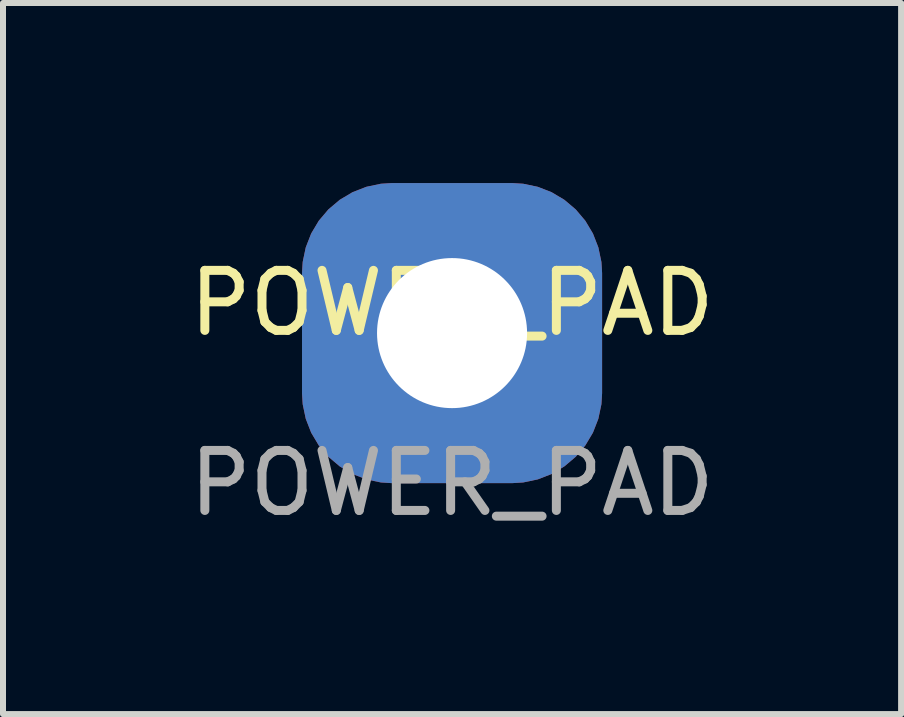
<source format=kicad_pcb>
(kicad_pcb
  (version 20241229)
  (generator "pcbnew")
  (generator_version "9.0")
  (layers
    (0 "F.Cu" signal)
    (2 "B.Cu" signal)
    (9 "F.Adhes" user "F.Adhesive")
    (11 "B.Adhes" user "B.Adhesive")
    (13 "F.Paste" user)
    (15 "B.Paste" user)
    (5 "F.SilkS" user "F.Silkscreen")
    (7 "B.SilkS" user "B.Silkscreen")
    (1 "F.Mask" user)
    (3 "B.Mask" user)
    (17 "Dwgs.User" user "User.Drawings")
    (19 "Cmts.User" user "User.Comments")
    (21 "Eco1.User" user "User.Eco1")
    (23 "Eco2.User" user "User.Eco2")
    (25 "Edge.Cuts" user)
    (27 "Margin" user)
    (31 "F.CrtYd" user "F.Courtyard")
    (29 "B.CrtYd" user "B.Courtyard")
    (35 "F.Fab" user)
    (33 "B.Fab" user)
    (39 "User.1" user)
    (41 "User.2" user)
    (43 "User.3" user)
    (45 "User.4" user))
  (footprint "POWER_PAD"
    (layer "F.Cu")
    (at 4.482 2.5)
    (property "Reference" "POWER_PAD" (at 0 -0.5 0) (unlocked yes) (layer "F.SilkS") (effects (font (size 1 1) (thickness 0.15))))
    (attr through_hole)
    (fp_text user "${REFERENCE}" (at 0 2.5 0) (unlocked yes) (layer "F.Fab") (effects (font (size 1 1) (thickness 0.15))))
    (pad "1" thru_hole roundrect (at 0 0) (size 5 5) (drill 2.5) (layers "*.Cu" "*.Mask") (roundrect_rratio 0.3)))
  (gr_rect
    (start -3 -3)
    (end 11.964 8.848)
    (stroke (width 0.1) (type default))
    (fill no)
    (layer "Edge.Cuts")))
</source>
